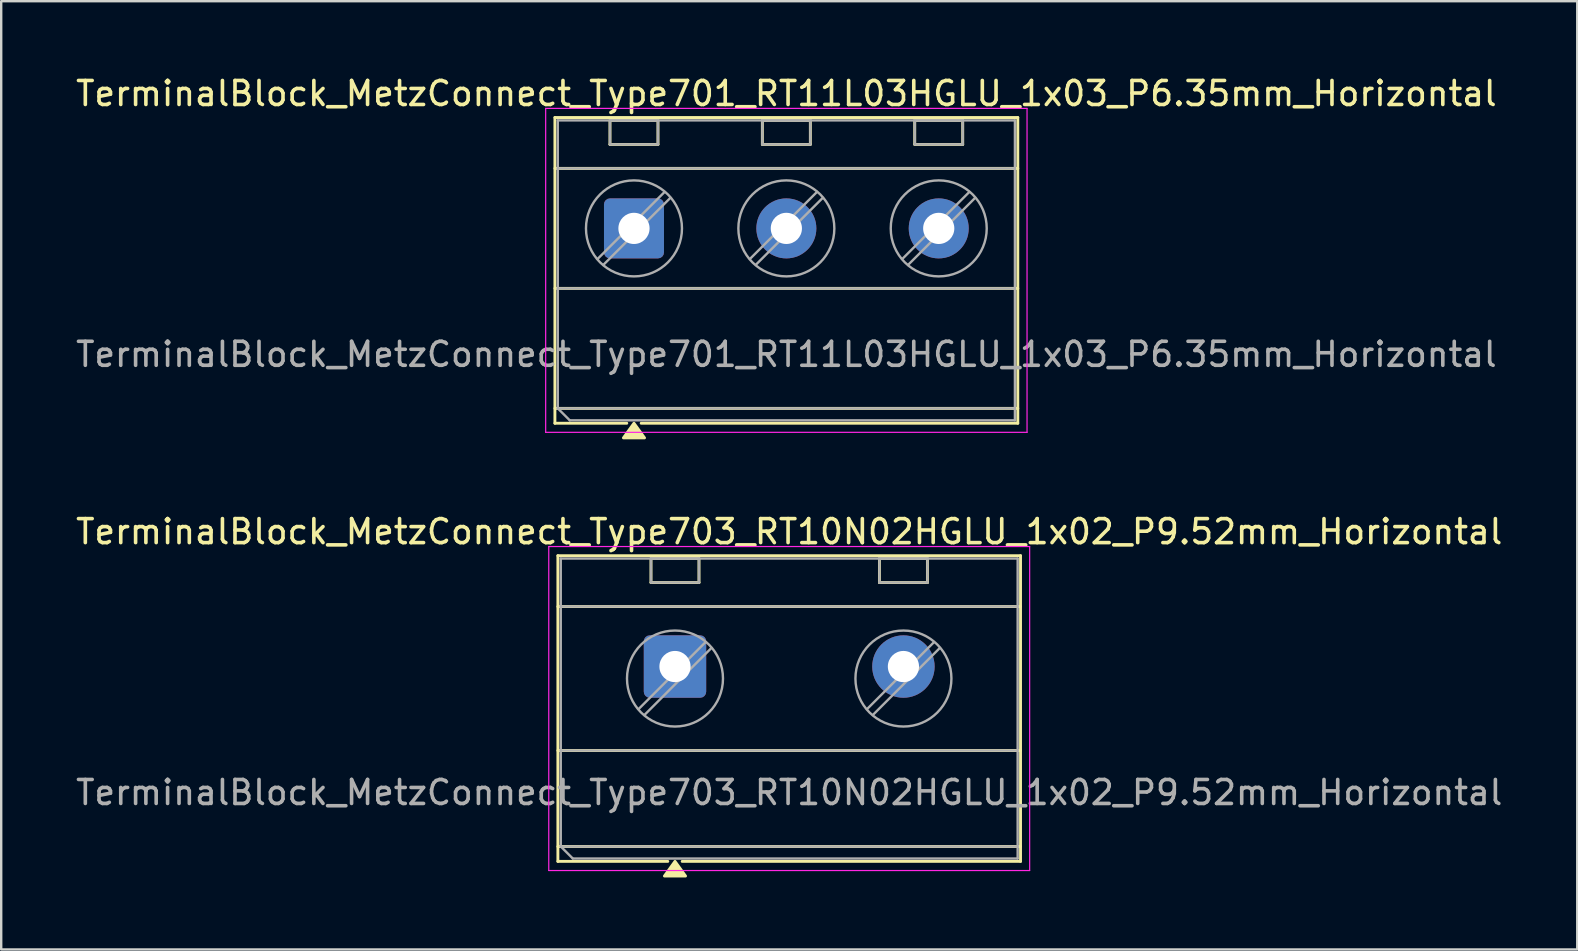
<source format=kicad_pcb>
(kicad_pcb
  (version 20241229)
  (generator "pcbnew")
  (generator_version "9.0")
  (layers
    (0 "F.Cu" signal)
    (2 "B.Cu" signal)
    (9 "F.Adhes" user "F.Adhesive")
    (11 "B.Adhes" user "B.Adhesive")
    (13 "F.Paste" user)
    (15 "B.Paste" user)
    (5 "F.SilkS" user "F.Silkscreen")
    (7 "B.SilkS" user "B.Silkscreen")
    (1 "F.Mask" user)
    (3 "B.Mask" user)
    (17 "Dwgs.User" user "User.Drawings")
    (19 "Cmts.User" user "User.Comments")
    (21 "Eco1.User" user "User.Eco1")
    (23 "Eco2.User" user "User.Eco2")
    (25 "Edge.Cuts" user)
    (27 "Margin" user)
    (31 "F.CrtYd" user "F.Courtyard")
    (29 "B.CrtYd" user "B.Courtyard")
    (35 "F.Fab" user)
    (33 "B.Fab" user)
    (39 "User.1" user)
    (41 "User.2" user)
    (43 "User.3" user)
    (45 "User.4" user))
  (footprint "TerminalBlock_MetzConnect_Type703_RT10N02HGLU_1x02_P9.52mm_Horizontal"
    (layer "F.Cu")
    (at 25.079 24.727)
    (property "Reference" "TerminalBlock_MetzConnect_Type703_RT10N02HGLU_1x02_P9.52mm_Horizontal" (at 4.76 -5.62 0) (layer "F.SilkS") (effects (font (size 1 1) (thickness 0.15))))
    (attr through_hole)
    (fp_line (start -4.88 -4.62) (end 14.4 -4.62) (stroke (width 0.12) (type solid)) (layer "F.SilkS"))
    (fp_line (start -4.88 -2.5) (end 14.4 -2.5) (stroke (width 0.12) (type solid)) (layer "F.SilkS"))
    (fp_line (start -4.88 3.5) (end 14.4 3.5) (stroke (width 0.12) (type solid)) (layer "F.SilkS"))
    (fp_line (start -4.88 7.5) (end 14.4 7.5) (stroke (width 0.12) (type solid)) (layer "F.SilkS"))
    (fp_line (start -4.88 8.12) (end -4.88 -4.62) (stroke (width 0.12) (type solid)) (layer "F.SilkS"))
    (fp_line (start -1 -4.5) (end 1 -4.5) (stroke (width 0.12) (type solid)) (layer "F.SilkS"))
    (fp_line (start -1 -3.5) (end -1 -4.5) (stroke (width 0.12) (type solid)) (layer "F.SilkS"))
    (fp_line (start -0.3 8.12) (end -4.88 8.12) (stroke (width 0.12) (type solid)) (layer "F.SilkS"))
    (fp_line (start 1 -4.5) (end 1 -3.5) (stroke (width 0.12) (type solid)) (layer "F.SilkS"))
    (fp_line (start 1 -3.5) (end -1 -3.5) (stroke (width 0.12) (type solid)) (layer "F.SilkS"))
    (fp_line (start 8.52 -4.5) (end 10.52 -4.5) (stroke (width 0.12) (type solid)) (layer "F.SilkS"))
    (fp_line (start 8.52 -3.5) (end 8.52 -4.5) (stroke (width 0.12) (type solid)) (layer "F.SilkS"))
    (fp_line (start 10.52 -4.5) (end 10.52 -3.5) (stroke (width 0.12) (type solid)) (layer "F.SilkS"))
    (fp_line (start 10.52 -3.5) (end 8.52 -3.5) (stroke (width 0.12) (type solid)) (layer "F.SilkS"))
    (fp_line (start 14.4 -4.62) (end 14.4 8.12) (stroke (width 0.12) (type solid)) (layer "F.SilkS"))
    (fp_line (start 14.4 8.12) (end 0.3 8.12) (stroke (width 0.12) (type solid)) (layer "F.SilkS"))
    (fp_poly (pts (xy 0 8.12) (xy 0.44 8.73) (xy -0.44 8.73)) (stroke (width 0.12) (type solid)) (fill yes) (layer "F.SilkS"))
    (fp_line (start -5.26 -5) (end -5.26 8.5) (stroke (width 0.05) (type solid)) (layer "F.CrtYd"))
    (fp_line (start -5.26 8.5) (end 14.78 8.5) (stroke (width 0.05) (type solid)) (layer "F.CrtYd"))
    (fp_line (start 14.78 -5) (end -5.26 -5) (stroke (width 0.05) (type solid)) (layer "F.CrtYd"))
    (fp_line (start 14.78 8.5) (end 14.78 -5) (stroke (width 0.05) (type solid)) (layer "F.CrtYd"))
    (fp_line (start -4.76 -4.5) (end 14.28 -4.5) (stroke (width 0.1) (type solid)) (layer "F.Fab"))
    (fp_line (start -4.76 -2.5) (end 14.28 -2.5) (stroke (width 0.1) (type solid)) (layer "F.Fab"))
    (fp_line (start -4.76 3.5) (end 14.28 3.5) (stroke (width 0.1) (type solid)) (layer "F.Fab"))
    (fp_line (start -4.76 7.5) (end -4.76 -4.5) (stroke (width 0.1) (type solid)) (layer "F.Fab"))
    (fp_line (start -4.76 7.5) (end 14.28 7.5) (stroke (width 0.1) (type solid)) (layer "F.Fab"))
    (fp_line (start -4.26 8) (end -4.76 7.5) (stroke (width 0.1) (type solid)) (layer "F.Fab"))
    (fp_line (start -1 -4.5) (end -1 -3.5) (stroke (width 0.1) (type solid)) (layer "F.Fab"))
    (fp_line (start -1 -3.5) (end 1 -3.5) (stroke (width 0.1) (type solid)) (layer "F.Fab"))
    (fp_line (start 1 -4.5) (end -1 -4.5) (stroke (width 0.1) (type solid)) (layer "F.Fab"))
    (fp_line (start 1 -3.5) (end 1 -4.5) (stroke (width 0.1) (type solid)) (layer "F.Fab"))
    (fp_line (start 1.273 -1.017) (end -1.517 1.773) (stroke (width 0.1) (type solid)) (layer "F.Fab"))
    (fp_line (start 1.517 -0.773) (end -1.273 2.017) (stroke (width 0.1) (type solid)) (layer "F.Fab"))
    (fp_line (start 8.52 -4.5) (end 8.52 -3.5) (stroke (width 0.1) (type solid)) (layer "F.Fab"))
    (fp_line (start 8.52 -3.5) (end 10.52 -3.5) (stroke (width 0.1) (type solid)) (layer "F.Fab"))
    (fp_line (start 10.52 -4.5) (end 8.52 -4.5) (stroke (width 0.1) (type solid)) (layer "F.Fab"))
    (fp_line (start 10.52 -3.5) (end 10.52 -4.5) (stroke (width 0.1) (type solid)) (layer "F.Fab"))
    (fp_line (start 10.793 -1.017) (end 8.003 1.773) (stroke (width 0.1) (type solid)) (layer "F.Fab"))
    (fp_line (start 11.037 -0.773) (end 8.247 2.017) (stroke (width 0.1) (type solid)) (layer "F.Fab"))
    (fp_line (start 14.28 -4.5) (end 14.28 8) (stroke (width 0.1) (type solid)) (layer "F.Fab"))
    (fp_line (start 14.28 8) (end -4.26 8) (stroke (width 0.1) (type solid)) (layer "F.Fab"))
    (fp_circle (center 0 0.5) (end 2 0.5) (stroke (width 0.1) (type solid)) (fill no) (layer "F.Fab"))
    (fp_circle (center 9.52 0.5) (end 11.52 0.5) (stroke (width 0.1) (type solid)) (fill no) (layer "F.Fab"))
    (fp_text user "${REFERENCE}" (at 4.76 5.25 0) (layer "F.Fab") (effects (font (size 1 1) (thickness 0.15))))
    (pad "1" thru_hole roundrect (at 0 0) (size 2.6 2.6) (drill 1.3) (layers "*.Cu" "*.Mask") (roundrect_rratio 0.096))
    (pad "2" thru_hole circle (at 9.52 0) (size 2.6 2.6) (drill 1.3) (layers "*.Cu" "*.Mask")))
  (footprint "TerminalBlock_MetzConnect_Type701_RT11L03HGLU_1x03_P6.35mm_Horizontal"
    (layer "F.Cu")
    (at 23.37 6.468)
    (property "Reference" "TerminalBlock_MetzConnect_Type701_RT11L03HGLU_1x03_P6.35mm_Horizontal" (at 6.35 -5.62 0) (layer "F.SilkS") (effects (font (size 1 1) (thickness 0.15))))
    (attr through_hole)
    (fp_line (start -3.295 -4.62) (end 15.995 -4.62) (stroke (width 0.12) (type solid)) (layer "F.SilkS"))
    (fp_line (start -3.295 -2.5) (end 15.995 -2.5) (stroke (width 0.12) (type solid)) (layer "F.SilkS"))
    (fp_line (start -3.295 2.5) (end 15.995 2.5) (stroke (width 0.12) (type solid)) (layer "F.SilkS"))
    (fp_line (start -3.295 7.5) (end 15.995 7.5) (stroke (width 0.12) (type solid)) (layer "F.SilkS"))
    (fp_line (start -3.295 8.12) (end -3.295 -4.62) (stroke (width 0.12) (type solid)) (layer "F.SilkS"))
    (fp_line (start -1 -4.5) (end 1 -4.5) (stroke (width 0.12) (type solid)) (layer "F.SilkS"))
    (fp_line (start -1 -3.5) (end -1 -4.5) (stroke (width 0.12) (type solid)) (layer "F.SilkS"))
    (fp_line (start -0.3 8.12) (end -3.295 8.12) (stroke (width 0.12) (type solid)) (layer "F.SilkS"))
    (fp_line (start 1 -4.5) (end 1 -3.5) (stroke (width 0.12) (type solid)) (layer "F.SilkS"))
    (fp_line (start 1 -3.5) (end -1 -3.5) (stroke (width 0.12) (type solid)) (layer "F.SilkS"))
    (fp_line (start 5.35 -4.5) (end 7.35 -4.5) (stroke (width 0.12) (type solid)) (layer "F.SilkS"))
    (fp_line (start 5.35 -3.5) (end 5.35 -4.5) (stroke (width 0.12) (type solid)) (layer "F.SilkS"))
    (fp_line (start 7.35 -4.5) (end 7.35 -3.5) (stroke (width 0.12) (type solid)) (layer "F.SilkS"))
    (fp_line (start 7.35 -3.5) (end 5.35 -3.5) (stroke (width 0.12) (type solid)) (layer "F.SilkS"))
    (fp_line (start 11.7 -4.5) (end 13.7 -4.5) (stroke (width 0.12) (type solid)) (layer "F.SilkS"))
    (fp_line (start 11.7 -3.5) (end 11.7 -4.5) (stroke (width 0.12) (type solid)) (layer "F.SilkS"))
    (fp_line (start 13.7 -4.5) (end 13.7 -3.5) (stroke (width 0.12) (type solid)) (layer "F.SilkS"))
    (fp_line (start 13.7 -3.5) (end 11.7 -3.5) (stroke (width 0.12) (type solid)) (layer "F.SilkS"))
    (fp_line (start 15.995 -4.62) (end 15.995 8.12) (stroke (width 0.12) (type solid)) (layer "F.SilkS"))
    (fp_line (start 15.995 8.12) (end 0.3 8.12) (stroke (width 0.12) (type solid)) (layer "F.SilkS"))
    (fp_poly (pts (xy 0 8.12) (xy 0.44 8.73) (xy -0.44 8.73)) (stroke (width 0.12) (type solid)) (fill yes) (layer "F.SilkS"))
    (fp_line (start -3.68 -5) (end -3.68 8.5) (stroke (width 0.05) (type solid)) (layer "F.CrtYd"))
    (fp_line (start -3.68 8.5) (end 16.38 8.5) (stroke (width 0.05) (type solid)) (layer "F.CrtYd"))
    (fp_line (start 16.38 -5) (end -3.68 -5) (stroke (width 0.05) (type solid)) (layer "F.CrtYd"))
    (fp_line (start 16.38 8.5) (end 16.38 -5) (stroke (width 0.05) (type solid)) (layer "F.CrtYd"))
    (fp_line (start -3.175 -4.5) (end 15.875 -4.5) (stroke (width 0.1) (type solid)) (layer "F.Fab"))
    (fp_line (start -3.175 -2.5) (end 15.875 -2.5) (stroke (width 0.1) (type solid)) (layer "F.Fab"))
    (fp_line (start -3.175 2.5) (end 15.875 2.5) (stroke (width 0.1) (type solid)) (layer "F.Fab"))
    (fp_line (start -3.175 7.5) (end -3.175 -4.5) (stroke (width 0.1) (type solid)) (layer "F.Fab"))
    (fp_line (start -3.175 7.5) (end 15.875 7.5) (stroke (width 0.1) (type solid)) (layer "F.Fab"))
    (fp_line (start -2.675 8) (end -3.175 7.5) (stroke (width 0.1) (type solid)) (layer "F.Fab"))
    (fp_line (start -1 -4.5) (end -1 -3.5) (stroke (width 0.1) (type solid)) (layer "F.Fab"))
    (fp_line (start -1 -3.5) (end 1 -3.5) (stroke (width 0.1) (type solid)) (layer "F.Fab"))
    (fp_line (start 1 -4.5) (end -1 -4.5) (stroke (width 0.1) (type solid)) (layer "F.Fab"))
    (fp_line (start 1 -3.5) (end 1 -4.5) (stroke (width 0.1) (type solid)) (layer "F.Fab"))
    (fp_line (start 1.273 -1.517) (end -1.517 1.273) (stroke (width 0.1) (type solid)) (layer "F.Fab"))
    (fp_line (start 1.517 -1.273) (end -1.273 1.517) (stroke (width 0.1) (type solid)) (layer "F.Fab"))
    (fp_line (start 5.35 -4.5) (end 5.35 -3.5) (stroke (width 0.1) (type solid)) (layer "F.Fab"))
    (fp_line (start 5.35 -3.5) (end 7.35 -3.5) (stroke (width 0.1) (type solid)) (layer "F.Fab"))
    (fp_line (start 7.35 -4.5) (end 5.35 -4.5) (stroke (width 0.1) (type solid)) (layer "F.Fab"))
    (fp_line (start 7.35 -3.5) (end 7.35 -4.5) (stroke (width 0.1) (type solid)) (layer "F.Fab"))
    (fp_line (start 7.623 -1.517) (end 4.833 1.273) (stroke (width 0.1) (type solid)) (layer "F.Fab"))
    (fp_line (start 7.867 -1.273) (end 5.077 1.517) (stroke (width 0.1) (type solid)) (layer "F.Fab"))
    (fp_line (start 11.7 -4.5) (end 11.7 -3.5) (stroke (width 0.1) (type solid)) (layer "F.Fab"))
    (fp_line (start 11.7 -3.5) (end 13.7 -3.5) (stroke (width 0.1) (type solid)) (layer "F.Fab"))
    (fp_line (start 13.7 -4.5) (end 11.7 -4.5) (stroke (width 0.1) (type solid)) (layer "F.Fab"))
    (fp_line (start 13.7 -3.5) (end 13.7 -4.5) (stroke (width 0.1) (type solid)) (layer "F.Fab"))
    (fp_line (start 13.973 -1.517) (end 11.183 1.273) (stroke (width 0.1) (type solid)) (layer "F.Fab"))
    (fp_line (start 14.217 -1.273) (end 11.427 1.517) (stroke (width 0.1) (type solid)) (layer "F.Fab"))
    (fp_line (start 15.875 -4.5) (end 15.875 8) (stroke (width 0.1) (type solid)) (layer "F.Fab"))
    (fp_line (start 15.875 8) (end -2.675 8) (stroke (width 0.1) (type solid)) (layer "F.Fab"))
    (fp_circle (center 0 0) (end 2 0) (stroke (width 0.1) (type solid)) (fill no) (layer "F.Fab"))
    (fp_circle (center 6.35 0) (end 8.35 0) (stroke (width 0.1) (type solid)) (fill no) (layer "F.Fab"))
    (fp_circle (center 12.7 0) (end 14.7 0) (stroke (width 0.1) (type solid)) (fill no) (layer "F.Fab"))
    (fp_text user "${REFERENCE}" (at 6.35 5.25 0) (layer "F.Fab") (effects (font (size 1 1) (thickness 0.15))))
    (pad "1" thru_hole roundrect (at 0 0) (size 2.5 2.5) (drill 1.3) (layers "*.Cu" "*.Mask") (roundrect_rratio 0.1))
    (pad "2" thru_hole circle (at 6.35 0) (size 2.5 2.5) (drill 1.3) (layers "*.Cu" "*.Mask"))
    (pad "3" thru_hole circle (at 12.7 0) (size 2.5 2.5) (drill 1.3) (layers "*.Cu" "*.Mask")))
  (gr_rect
    (start -3 -3)
    (end 62.679 36.517)
    (stroke (width 0.1) (type default))
    (fill no)
    (layer "Edge.Cuts")))
</source>
